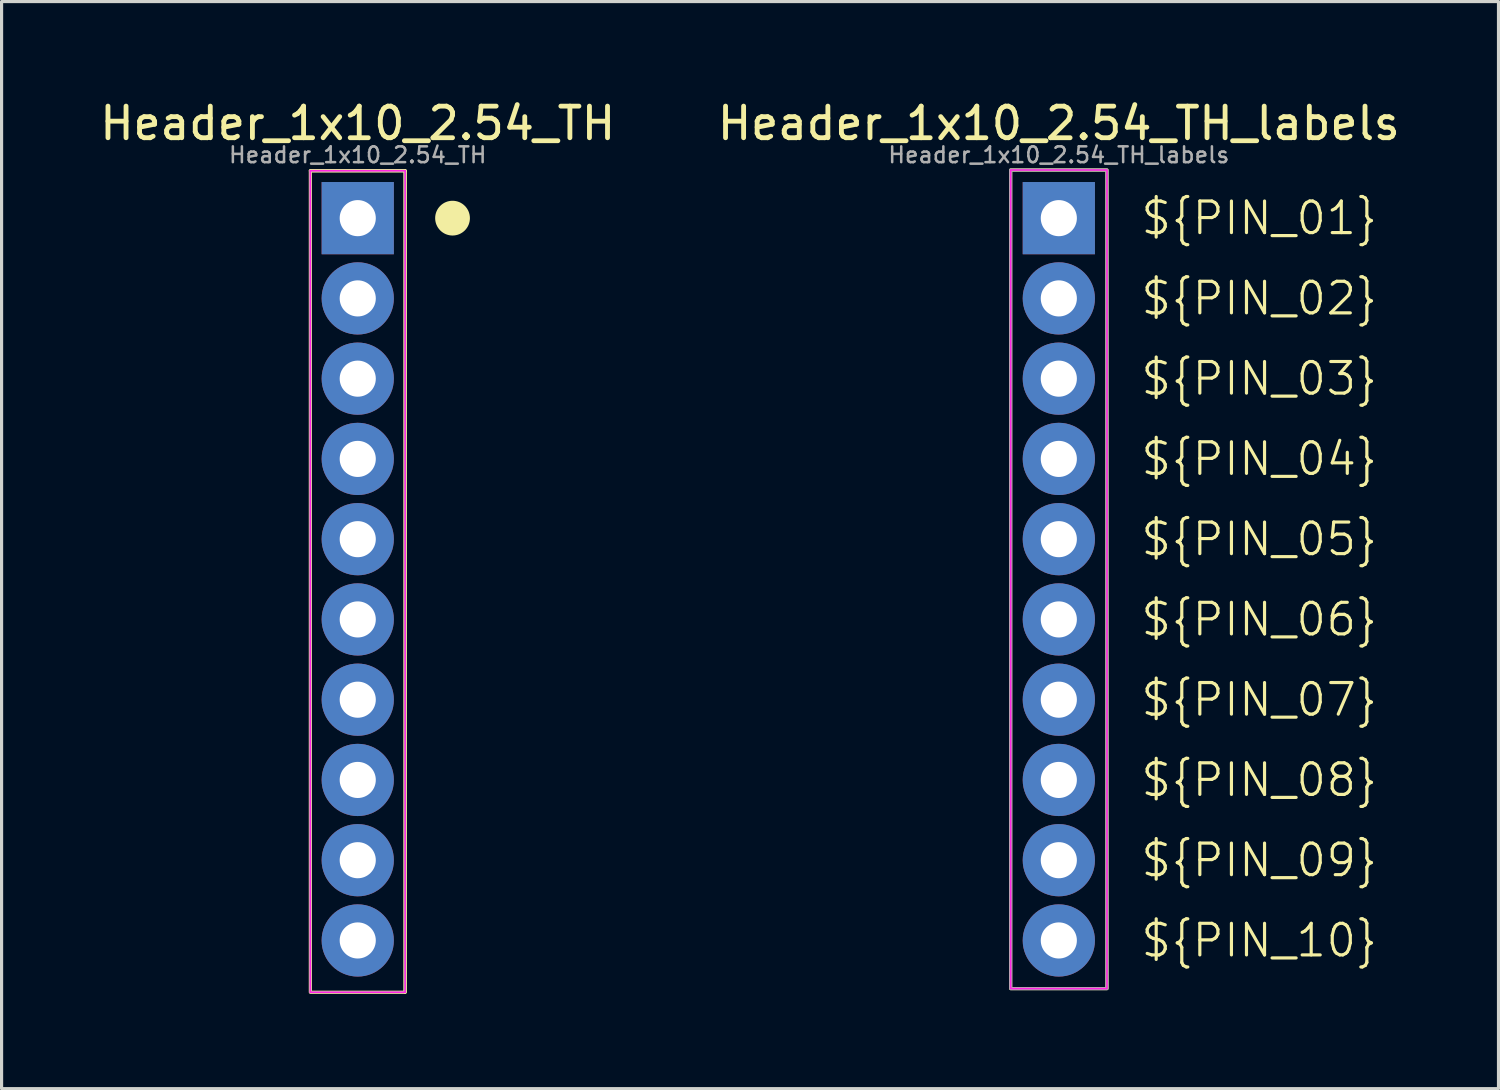
<source format=kicad_pcb>
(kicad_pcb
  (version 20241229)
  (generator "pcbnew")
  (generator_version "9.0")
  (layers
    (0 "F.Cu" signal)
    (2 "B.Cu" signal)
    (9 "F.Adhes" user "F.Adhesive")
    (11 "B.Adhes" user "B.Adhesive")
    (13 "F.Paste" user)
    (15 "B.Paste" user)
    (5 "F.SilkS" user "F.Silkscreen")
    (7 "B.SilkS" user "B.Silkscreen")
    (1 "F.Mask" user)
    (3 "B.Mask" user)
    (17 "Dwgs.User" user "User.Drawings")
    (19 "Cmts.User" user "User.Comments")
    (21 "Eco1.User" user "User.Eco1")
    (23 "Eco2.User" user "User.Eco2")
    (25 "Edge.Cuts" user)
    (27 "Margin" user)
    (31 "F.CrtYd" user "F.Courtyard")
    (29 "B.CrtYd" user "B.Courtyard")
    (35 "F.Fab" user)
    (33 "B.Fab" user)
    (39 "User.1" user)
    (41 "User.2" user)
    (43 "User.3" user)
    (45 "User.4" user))
  (footprint "Header_1x10_2.54_TH"
    (layer "F.Cu")
    (at 8.272 3.854)
    (property "Reference" "Header_1x10_2.54_TH" (at 0 -3 0) (layer "F.SilkS") (effects (font (size 1 1) (thickness 0.153))))
    (attr through_hole)
    (fp_line (start -1.5 -1.5) (end 1.5 -1.5) (stroke (width 0.1) (type default)) (layer "F.SilkS"))
    (fp_line (start 1.5 -1.5) (end 1.5 24.5) (stroke (width 0.1) (type default)) (layer "F.SilkS"))
    (fp_rect (start -1.5 -1.5) (end 1.5 24.5) (stroke (width 0.1) (type default)) (fill no) (layer "F.SilkS"))
    (fp_circle (center 3 0) (end 3.5 0) (stroke (width 0.1) (type solid)) (fill yes) (layer "F.SilkS"))
    (fp_line (start -1.5 -1.5) (end 1.5 -1.5) (stroke (width 0.05) (type default)) (layer "F.CrtYd"))
    (fp_line (start -1.5 24.5) (end -1.5 -1.5) (stroke (width 0.05) (type default)) (layer "F.CrtYd"))
    (fp_line (start 1.5 -1.5) (end 1.5 24.5) (stroke (width 0.05) (type default)) (layer "F.CrtYd"))
    (fp_line (start 1.5 24.5) (end -1.5 24.5) (stroke (width 0.05) (type default)) (layer "F.CrtYd"))
    (fp_line (start -1.5 -1.5) (end 1.5 -1.5) (stroke (width 0.05) (type default)) (layer "F.Fab"))
    (fp_line (start -1.5 24.5) (end -1.5 -1.5) (stroke (width 0.05) (type default)) (layer "F.Fab"))
    (fp_line (start 1.5 -1.5) (end 1.5 24.5) (stroke (width 0.05) (type default)) (layer "F.Fab"))
    (fp_line (start 1.5 24.5) (end -1.5 24.5) (stroke (width 0.05) (type default)) (layer "F.Fab"))
    (fp_text user "${REFERENCE}" (at 0 -2 0) (layer "F.Fab") (effects (font (size 0.5 0.5) (thickness 0.08))))
    (pad "1" thru_hole rect (at 0 0) (size 2.286 2.286) (drill 1.143) (layers "*.Cu" "*.Mask"))
    (pad "2" thru_hole circle (at 0 2.54) (size 2.286 2.286) (drill 1.143) (layers "*.Cu" "*.Mask"))
    (pad "3" thru_hole circle (at 0 5.08) (size 2.286 2.286) (drill 1.143) (layers "*.Cu" "*.Mask"))
    (pad "4" thru_hole circle (at 0 7.62) (size 2.286 2.286) (drill 1.143) (layers "*.Cu" "*.Mask"))
    (pad "5" thru_hole circle (at 0 10.16) (size 2.286 2.286) (drill 1.143) (layers "*.Cu" "*.Mask"))
    (pad "6" thru_hole circle (at 0 12.7) (size 2.286 2.286) (drill 1.143) (layers "*.Cu" "*.Mask"))
    (pad "7" thru_hole circle (at 0 15.24) (size 2.286 2.286) (drill 1.143) (layers "*.Cu" "*.Mask"))
    (pad "8" thru_hole circle (at 0 17.78) (size 2.286 2.286) (drill 1.143) (layers "*.Cu" "*.Mask"))
    (pad "9" thru_hole circle (at 0 20.32) (size 2.286 2.286) (drill 1.143) (layers "*.Cu" "*.Mask"))
    (pad "10" thru_hole circle (at 0 22.86) (size 2.286 2.286) (drill 1.143) (layers "*.Cu" "*.Mask")))
  (footprint "Header_1x10_2.54_TH_labels"
    (layer "F.Cu")
    (at 30.46 3.854)
    (property "Reference" "Header_1x10_2.54_TH_labels" (at 0 -3 0) (layer "F.SilkS") (effects (font (size 1 1) (thickness 0.153))))
    (attr through_hole)
    (fp_rect (start -1.524 -1.524) (end 1.524 24.384) (stroke (width 0.1) (type default)) (fill no) (layer "F.SilkS"))
    (fp_rect (start -1.524 -1.524) (end 1.524 24.384) (stroke (width 0.05) (type default)) (fill no) (layer "F.CrtYd"))
    (fp_rect (start -1.524 -1.524) (end 1.524 24.384) (stroke (width 0.1) (type default)) (fill no) (layer "F.Fab"))
    (fp_text user "${PIN_10}" (at 2.54 22.86 0) (unlocked yes) (layer "F.SilkS") (effects (font (size 1 1) (thickness 0.1)) (justify left)))
    (fp_text user "${PIN_09}" (at 2.54 20.32 0) (unlocked yes) (layer "F.SilkS") (effects (font (size 1 1) (thickness 0.1)) (justify left)))
    (fp_text user "${PIN_02}" (at 2.54 2.54 0) (unlocked yes) (layer "F.SilkS") (effects (font (size 1 1) (thickness 0.1)) (justify left)))
    (fp_text user "${PIN_07}" (at 2.54 15.24 0) (unlocked yes) (layer "F.SilkS") (effects (font (size 1 1) (thickness 0.1)) (justify left)))
    (fp_text user "${PIN_05}" (at 2.54 10.16 0) (unlocked yes) (layer "F.SilkS") (effects (font (size 1 1) (thickness 0.1)) (justify left)))
    (fp_text user "${PIN_01}" (at 2.54 0 0) (unlocked yes) (layer "F.SilkS") (effects (font (size 1 1) (thickness 0.1)) (justify left)))
    (fp_text user "${PIN_04}" (at 2.54 7.62 0) (unlocked yes) (layer "F.SilkS") (effects (font (size 1 1) (thickness 0.1)) (justify left)))
    (fp_text user "${PIN_06}" (at 2.54 12.7 0) (unlocked yes) (layer "F.SilkS") (effects (font (size 1 1) (thickness 0.1)) (justify left)))
    (fp_text user "${PIN_03}" (at 2.54 5.08 0) (unlocked yes) (layer "F.SilkS") (effects (font (size 1 1) (thickness 0.1)) (justify left)))
    (fp_text user "${PIN_08}" (at 2.54 17.78 0) (unlocked yes) (layer "F.SilkS") (effects (font (size 1 1) (thickness 0.1)) (justify left)))
    (fp_text user "${REFERENCE}" (at 0 -2 0) (layer "F.Fab") (effects (font (size 0.5 0.5) (thickness 0.08))))
    (pad "1" thru_hole rect (at 0 0) (size 2.286 2.286) (drill 1.143) (layers "*.Cu" "*.Mask"))
    (pad "2" thru_hole circle (at 0 2.54) (size 2.286 2.286) (drill 1.143) (layers "*.Cu" "*.Mask"))
    (pad "3" thru_hole circle (at 0 5.08) (size 2.286 2.286) (drill 1.143) (layers "*.Cu" "*.Mask"))
    (pad "4" thru_hole circle (at 0 7.62) (size 2.286 2.286) (drill 1.143) (layers "*.Cu" "*.Mask"))
    (pad "5" thru_hole circle (at 0 10.16) (size 2.286 2.286) (drill 1.143) (layers "*.Cu" "*.Mask"))
    (pad "6" thru_hole circle (at 0 12.7) (size 2.286 2.286) (drill 1.143) (layers "*.Cu" "*.Mask"))
    (pad "7" thru_hole circle (at 0 15.24) (size 2.286 2.286) (drill 1.143) (layers "*.Cu" "*.Mask"))
    (pad "8" thru_hole circle (at 0 17.78) (size 2.286 2.286) (drill 1.143) (layers "*.Cu" "*.Mask"))
    (pad "9" thru_hole circle (at 0 20.32) (size 2.286 2.286) (drill 1.143) (layers "*.Cu" "*.Mask"))
    (pad "10" thru_hole circle (at 0 22.86) (size 2.286 2.286) (drill 1.143) (layers "*.Cu" "*.Mask")))
  (gr_rect
    (start -3 -3)
    (end 44.375 31.404)
    (stroke (width 0.1) (type default))
    (fill no)
    (layer "Edge.Cuts")))
</source>
